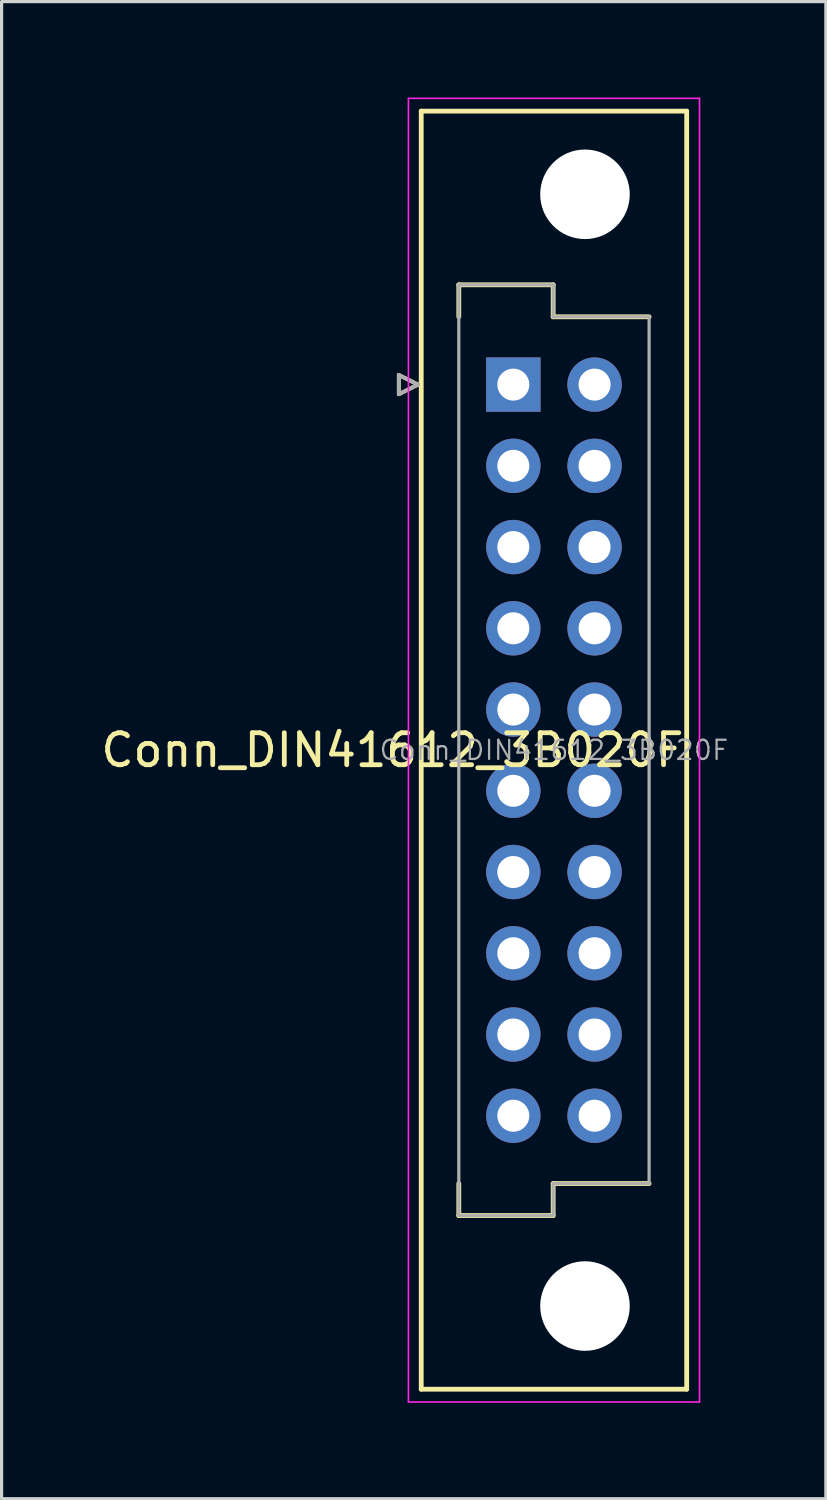
<source format=kicad_pcb>
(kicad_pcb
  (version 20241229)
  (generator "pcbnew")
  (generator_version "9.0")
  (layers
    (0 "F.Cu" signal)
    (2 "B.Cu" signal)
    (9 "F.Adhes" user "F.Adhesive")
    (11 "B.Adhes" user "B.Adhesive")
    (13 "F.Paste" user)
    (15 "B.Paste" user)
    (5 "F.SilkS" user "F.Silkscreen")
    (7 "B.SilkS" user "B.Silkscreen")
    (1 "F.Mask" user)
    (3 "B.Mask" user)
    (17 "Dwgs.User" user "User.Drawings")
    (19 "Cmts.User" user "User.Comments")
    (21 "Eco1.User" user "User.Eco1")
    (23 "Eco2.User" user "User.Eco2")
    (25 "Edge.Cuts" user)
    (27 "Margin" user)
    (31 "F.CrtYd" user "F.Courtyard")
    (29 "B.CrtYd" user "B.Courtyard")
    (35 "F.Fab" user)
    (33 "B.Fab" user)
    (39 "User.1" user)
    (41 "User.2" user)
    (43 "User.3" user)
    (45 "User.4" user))
  (footprint "Conn_DIN41612_3B020F"
    (layer "F.Cu")
    (at 13 8.975)
    (property "Reference" "Conn_DIN41612_3B020F" (at -3.78 11.43 0) (layer "F.SilkS") (effects (font (size 1 1) (thickness 0.15))))
    (attr through_hole)
    (fp_line (start -3.58 -0.3) (end -3.58 0.3) (stroke (width 0.12) (type solid)) (layer "F.SilkS"))
    (fp_line (start -3.58 0.3) (end -2.98 0) (stroke (width 0.12) (type solid)) (layer "F.SilkS"))
    (fp_line (start -2.98 0) (end -3.58 -0.3) (stroke (width 0.12) (type solid)) (layer "F.SilkS"))
    (fp_line (start -2.88 -8.55) (end -2.88 31.41) (stroke (width 0.15) (type solid)) (layer "F.SilkS"))
    (fp_line (start -2.88 31.41) (end 5.42 31.41) (stroke (width 0.15) (type solid)) (layer "F.SilkS"))
    (fp_line (start -1.705 -3.12) (end 1.245 -3.12) (stroke (width 0.15) (type solid)) (layer "F.SilkS"))
    (fp_line (start -1.705 -2.12) (end -1.705 -3.12) (stroke (width 0.15) (type solid)) (layer "F.SilkS"))
    (fp_line (start -1.705 25.98) (end -1.705 24.98) (stroke (width 0.15) (type solid)) (layer "F.SilkS"))
    (fp_line (start 1.245 -3.12) (end 1.245 -2.12) (stroke (width 0.15) (type solid)) (layer "F.SilkS"))
    (fp_line (start 1.245 -2.12) (end 4.245 -2.12) (stroke (width 0.15) (type solid)) (layer "F.SilkS"))
    (fp_line (start 1.245 24.98) (end 1.245 25.98) (stroke (width 0.15) (type solid)) (layer "F.SilkS"))
    (fp_line (start 1.245 25.98) (end -1.705 25.98) (stroke (width 0.15) (type solid)) (layer "F.SilkS"))
    (fp_line (start 4.245 24.98) (end 1.245 24.98) (stroke (width 0.15) (type solid)) (layer "F.SilkS"))
    (fp_line (start 5.42 -8.55) (end -2.88 -8.55) (stroke (width 0.15) (type solid)) (layer "F.SilkS"))
    (fp_line (start 5.42 31.41) (end 5.42 -8.55) (stroke (width 0.15) (type solid)) (layer "F.SilkS"))
    (fp_line (start -3.28 -8.95) (end -3.28 31.81) (stroke (width 0.05) (type solid)) (layer "F.CrtYd"))
    (fp_line (start -3.28 31.81) (end 5.82 31.81) (stroke (width 0.05) (type solid)) (layer "F.CrtYd"))
    (fp_line (start 5.82 -8.95) (end -3.28 -8.95) (stroke (width 0.05) (type solid)) (layer "F.CrtYd"))
    (fp_line (start 5.82 31.81) (end 5.82 -8.95) (stroke (width 0.05) (type solid)) (layer "F.CrtYd"))
    (fp_line (start -3.58 -0.3) (end -3.58 0.3) (stroke (width 0.12) (type solid)) (layer "F.Fab"))
    (fp_line (start -3.58 0.3) (end -2.98 0) (stroke (width 0.12) (type solid)) (layer "F.Fab"))
    (fp_line (start -2.98 0) (end -3.58 -0.3) (stroke (width 0.12) (type solid)) (layer "F.Fab"))
    (fp_line (start -1.705 -3.12) (end 1.245 -3.12) (stroke (width 0.1) (type solid)) (layer "F.Fab"))
    (fp_line (start -1.705 -2.12) (end -1.705 -3.12) (stroke (width 0.1) (type solid)) (layer "F.Fab"))
    (fp_line (start -1.705 24.98) (end -1.705 -2.12) (stroke (width 0.1) (type solid)) (layer "F.Fab"))
    (fp_line (start -1.705 25.98) (end -1.705 24.98) (stroke (width 0.1) (type solid)) (layer "F.Fab"))
    (fp_line (start 1.245 -3.12) (end 1.245 -2.12) (stroke (width 0.1) (type solid)) (layer "F.Fab"))
    (fp_line (start 1.245 -2.12) (end 4.245 -2.12) (stroke (width 0.1) (type solid)) (layer "F.Fab"))
    (fp_line (start 1.245 24.98) (end 1.245 25.98) (stroke (width 0.1) (type solid)) (layer "F.Fab"))
    (fp_line (start 1.245 25.98) (end -1.705 25.98) (stroke (width 0.1) (type solid)) (layer "F.Fab"))
    (fp_line (start 4.245 -2.12) (end 4.245 24.98) (stroke (width 0.1) (type solid)) (layer "F.Fab"))
    (fp_line (start 4.245 24.98) (end 1.245 24.98) (stroke (width 0.1) (type solid)) (layer "F.Fab"))
    (fp_text user "${REFERENCE}" (at 1.27 11.43 0) (layer "F.Fab") (effects (font (size 0.6 0.6) (thickness 0.07))))
    (pad "" np_thru_hole circle (at 2.24 -5.95) (size 2.8 2.8) (drill 2.8) (layers "*.Cu" "*.Mask"))
    (pad "" np_thru_hole circle (at 2.24 28.81) (size 2.8 2.8) (drill 2.8) (layers "*.Cu" "*.Mask"))
    (pad "A1" thru_hole rect (at 0 0) (size 1.7 1.7) (drill 1) (layers "*.Cu" "*.Mask"))
    (pad "A2" thru_hole circle (at 0 2.54) (size 1.7 1.7) (drill 1) (layers "*.Cu" "*.Mask"))
    (pad "A3" thru_hole circle (at 0 5.08) (size 1.7 1.7) (drill 1) (layers "*.Cu" "*.Mask"))
    (pad "A4" thru_hole circle (at 0 7.62) (size 1.7 1.7) (drill 1) (layers "*.Cu" "*.Mask"))
    (pad "A5" thru_hole circle (at 0 10.16) (size 1.7 1.7) (drill 1) (layers "*.Cu" "*.Mask"))
    (pad "A6" thru_hole circle (at 0 12.7) (size 1.7 1.7) (drill 1) (layers "*.Cu" "*.Mask"))
    (pad "A7" thru_hole circle (at 0 15.24) (size 1.7 1.7) (drill 1) (layers "*.Cu" "*.Mask"))
    (pad "A8" thru_hole circle (at 0 17.78) (size 1.7 1.7) (drill 1) (layers "*.Cu" "*.Mask"))
    (pad "A9" thru_hole circle (at 0 20.32) (size 1.7 1.7) (drill 1) (layers "*.Cu" "*.Mask"))
    (pad "A10" thru_hole circle (at 0 22.86) (size 1.7 1.7) (drill 1) (layers "*.Cu" "*.Mask"))
    (pad "B1" thru_hole circle (at 2.54 0) (size 1.7 1.7) (drill 1) (layers "*.Cu" "*.Mask"))
    (pad "B2" thru_hole circle (at 2.54 2.54) (size 1.7 1.7) (drill 1) (layers "*.Cu" "*.Mask"))
    (pad "B3" thru_hole circle (at 2.54 5.08) (size 1.7 1.7) (drill 1) (layers "*.Cu" "*.Mask"))
    (pad "B4" thru_hole circle (at 2.54 7.62) (size 1.7 1.7) (drill 1) (layers "*.Cu" "*.Mask"))
    (pad "B5" thru_hole circle (at 2.54 10.16) (size 1.7 1.7) (drill 1) (layers "*.Cu" "*.Mask"))
    (pad "B6" thru_hole circle (at 2.54 12.7) (size 1.7 1.7) (drill 1) (layers "*.Cu" "*.Mask"))
    (pad "B7" thru_hole circle (at 2.54 15.24) (size 1.7 1.7) (drill 1) (layers "*.Cu" "*.Mask"))
    (pad "B8" thru_hole circle (at 2.54 17.78) (size 1.7 1.7) (drill 1) (layers "*.Cu" "*.Mask"))
    (pad "B9" thru_hole circle (at 2.54 20.32) (size 1.7 1.7) (drill 1) (layers "*.Cu" "*.Mask"))
    (pad "B10" thru_hole circle (at 2.54 22.86) (size 1.7 1.7) (drill 1) (layers "*.Cu" "*.Mask")))
  (gr_rect
    (start -3 -3)
    (end 22.772 43.81)
    (stroke (width 0.1) (type default))
    (fill no)
    (layer "Edge.Cuts")))
</source>
